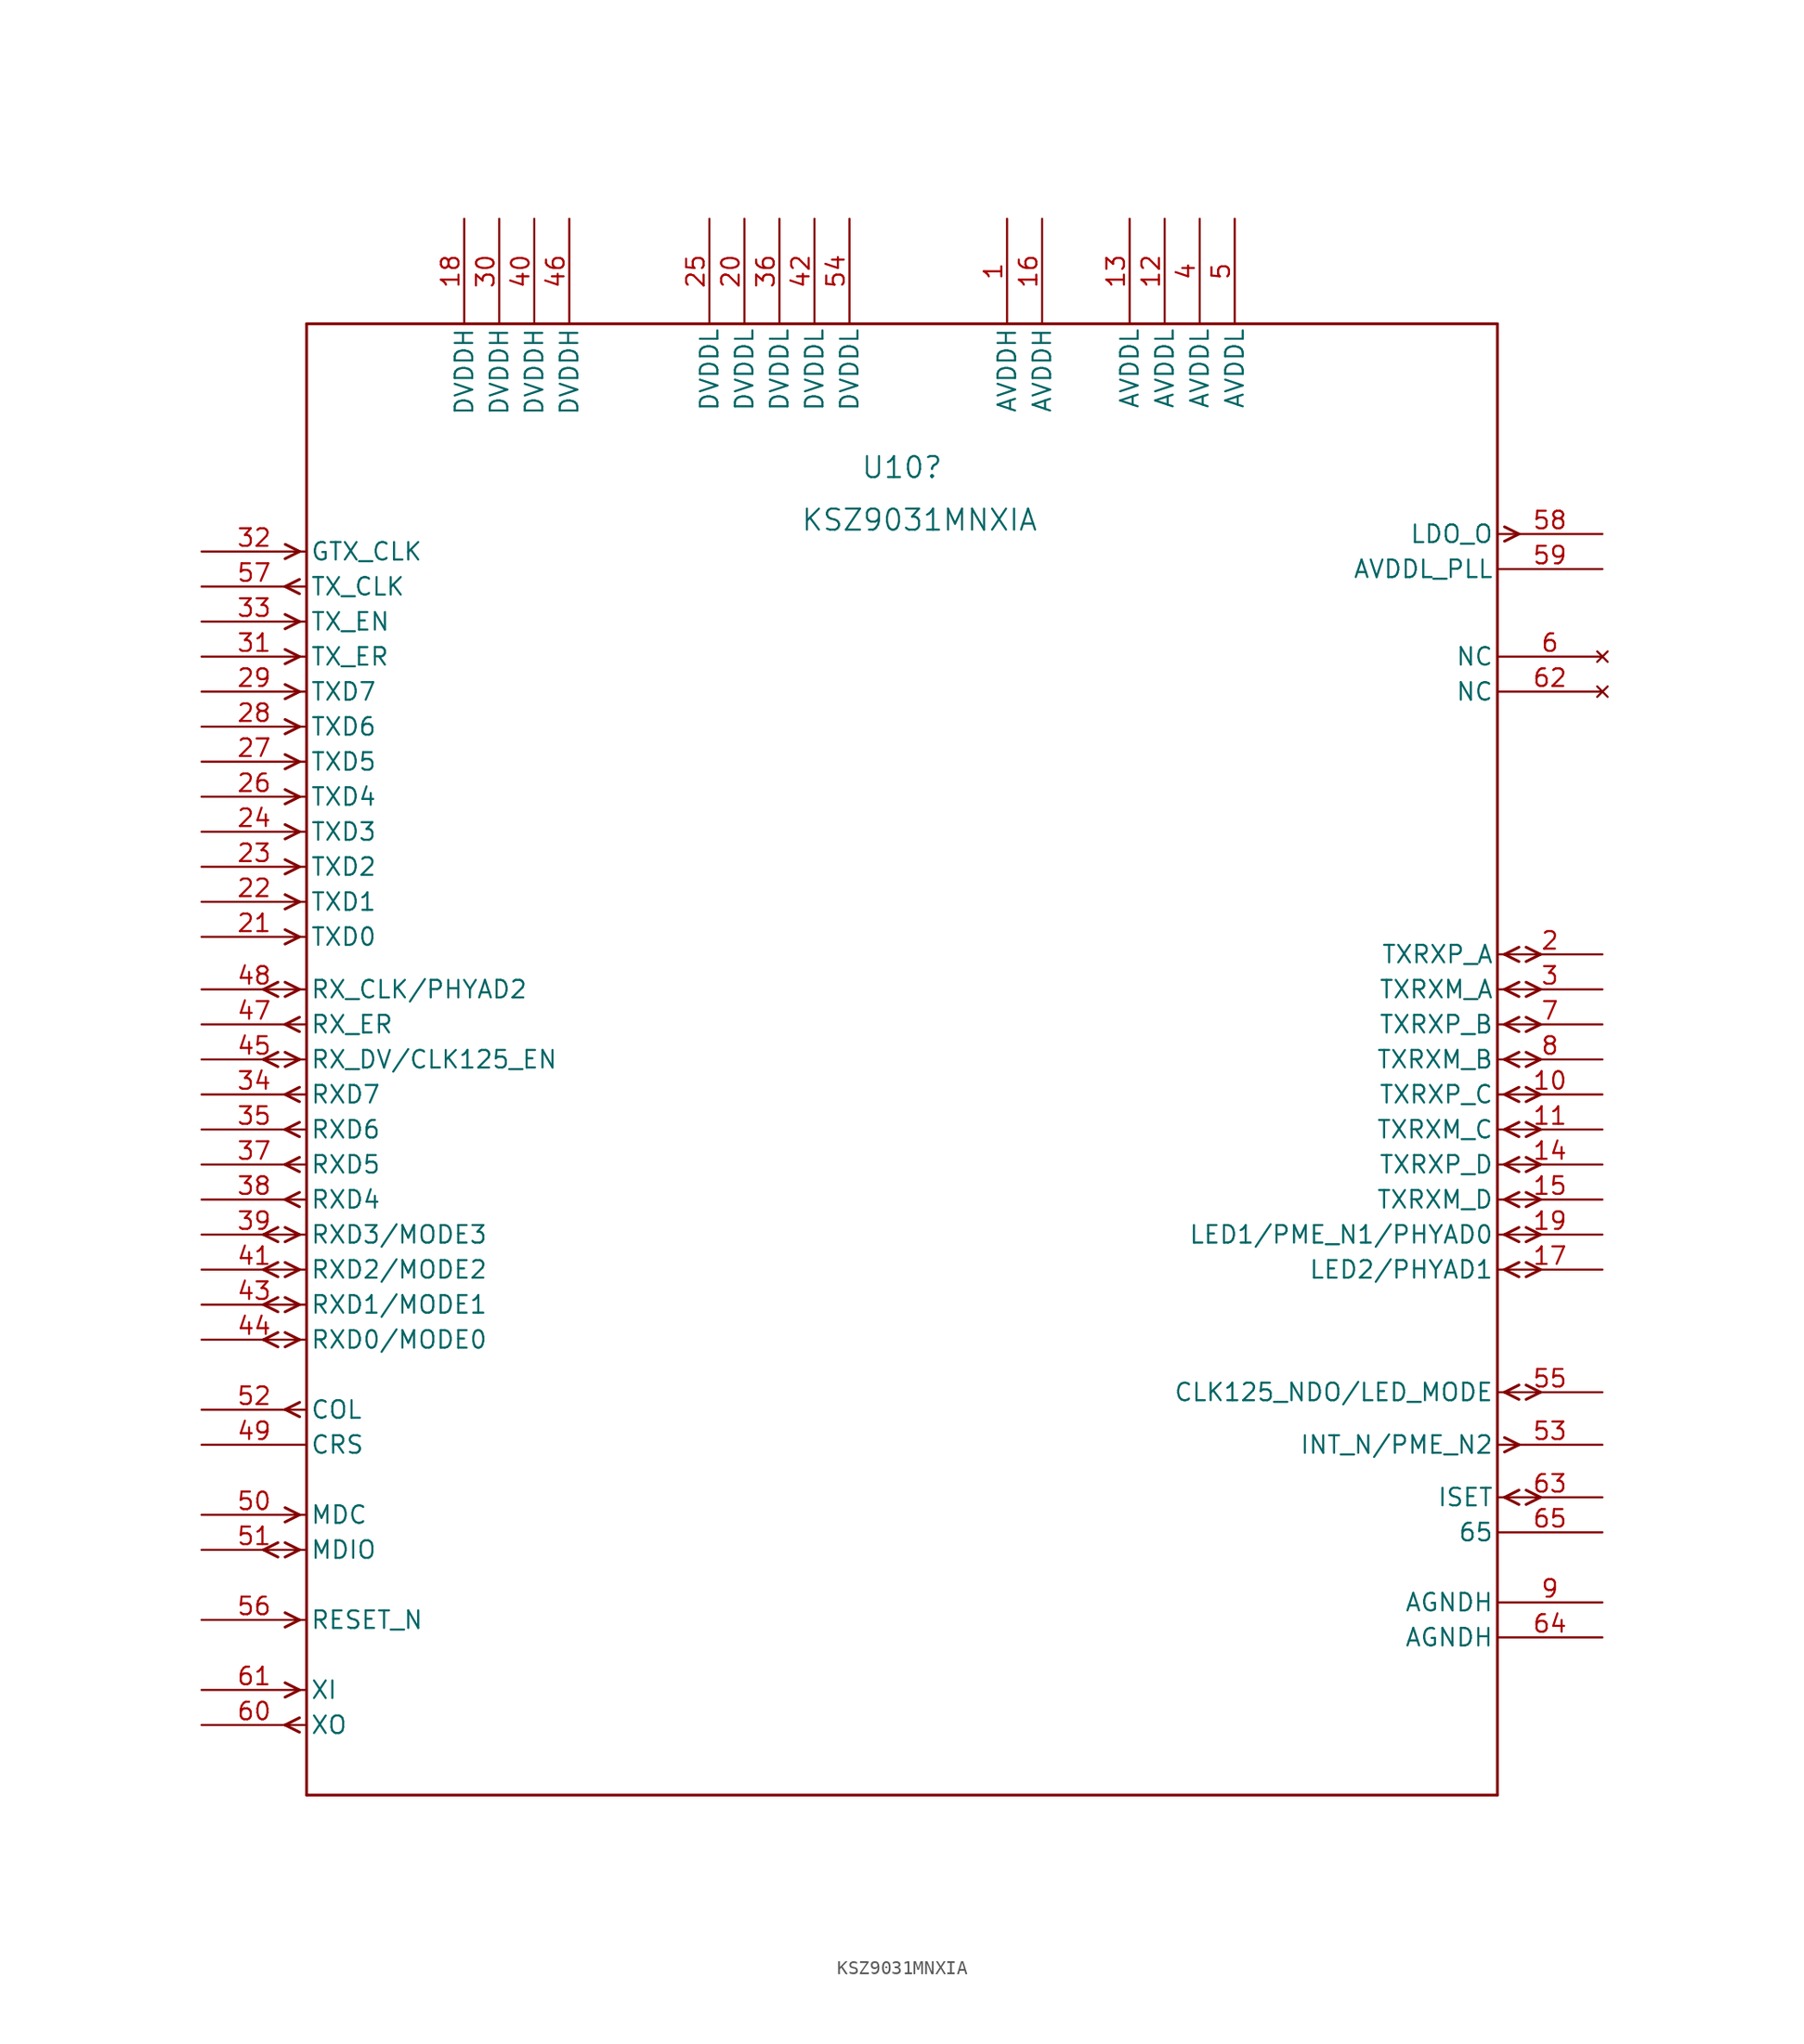
<source format=kicad_sym>
(kicad_symbol_lib
  (version 20231120)
  (generator "kicad_symbol_editor")
  (generator_version "8.0")
  (symbol "KSZ9031MNXIA"
    (pin_names
      (offset 0.254))
    (property "Reference" "U10"
      (at 50.8 -5.334 0)
      (effects (font (size 1.524 1.524))))
    (property "Value" "KSZ9031MNXIA"
      (at 52.07 -9.144 0)
      (effects (font (size 1.524 1.524))))
    (property "ki_locked" ""
      (at 0 0 0)
      (effects (font (size 1.27 1.27))))
    (symbol "KSZ9031MNXIA_0_1"
      (polyline (pts (xy 5.537 -84.341) (xy 4.496 -83.82)) (stroke (width 0.203) (type default)) (fill (type none)))
      (polyline (pts (xy 5.537 -83.299) (xy 4.496 -83.82)) (stroke (width 0.203) (type default)) (fill (type none)))
      (polyline (pts (xy 5.537 -69.101) (xy 4.496 -68.58)) (stroke (width 0.203) (type default)) (fill (type none)))
      (polyline (pts (xy 5.537 -68.059) (xy 4.496 -68.58)) (stroke (width 0.203) (type default)) (fill (type none)))
      (polyline (pts (xy 5.537 -66.561) (xy 4.496 -66.04)) (stroke (width 0.203) (type default)) (fill (type none)))
      (polyline (pts (xy 5.537 -65.519) (xy 4.496 -66.04)) (stroke (width 0.203) (type default)) (fill (type none)))
      (polyline (pts (xy 5.537 -64.021) (xy 4.496 -63.5)) (stroke (width 0.203) (type default)) (fill (type none)))
      (polyline (pts (xy 5.537 -62.979) (xy 4.496 -63.5)) (stroke (width 0.203) (type default)) (fill (type none)))
      (polyline (pts (xy 5.537 -61.481) (xy 4.496 -60.96)) (stroke (width 0.203) (type default)) (fill (type none)))
      (polyline (pts (xy 5.537 -60.439) (xy 4.496 -60.96)) (stroke (width 0.203) (type default)) (fill (type none)))
      (polyline (pts (xy 5.537 -48.781) (xy 4.496 -48.26)) (stroke (width 0.203) (type default)) (fill (type none)))
      (polyline (pts (xy 5.537 -47.739) (xy 4.496 -48.26)) (stroke (width 0.203) (type default)) (fill (type none)))
      (polyline (pts (xy 5.537 -43.701) (xy 4.496 -43.18)) (stroke (width 0.203) (type default)) (fill (type none)))
      (polyline (pts (xy 5.537 -42.659) (xy 4.496 -43.18)) (stroke (width 0.203) (type default)) (fill (type none)))
      (polyline (pts (xy 7.099 -97.041) (xy 6.058 -96.52)) (stroke (width 0.203) (type default)) (fill (type none)))
      (polyline (pts (xy 7.099 -95.999) (xy 6.058 -96.52)) (stroke (width 0.203) (type default)) (fill (type none)))
      (polyline (pts (xy 7.099 -93.98) (xy 6.058 -94.501)) (stroke (width 0.203) (type default)) (fill (type none)))
      (polyline (pts (xy 7.099 -93.98) (xy 6.058 -93.459)) (stroke (width 0.203) (type default)) (fill (type none)))
      (polyline (pts (xy 7.099 -88.9) (xy 6.058 -89.421)) (stroke (width 0.203) (type default)) (fill (type none)))
      (polyline (pts (xy 7.099 -88.9) (xy 6.058 -88.379)) (stroke (width 0.203) (type default)) (fill (type none)))
      (polyline (pts (xy 7.099 -83.82) (xy 6.058 -84.341)) (stroke (width 0.203) (type default)) (fill (type none)))
      (polyline (pts (xy 7.099 -83.82) (xy 6.058 -83.299)) (stroke (width 0.203) (type default)) (fill (type none)))
      (polyline (pts (xy 7.099 -81.28) (xy 6.058 -81.801)) (stroke (width 0.203) (type default)) (fill (type none)))
      (polyline (pts (xy 7.099 -81.28) (xy 6.058 -80.759)) (stroke (width 0.203) (type default)) (fill (type none)))
      (polyline (pts (xy 7.099 -68.58) (xy 6.058 -69.101)) (stroke (width 0.203) (type default)) (fill (type none)))
      (polyline (pts (xy 7.099 -68.58) (xy 6.058 -68.059)) (stroke (width 0.203) (type default)) (fill (type none)))
      (polyline (pts (xy 7.099 -66.04) (xy 6.058 -66.561)) (stroke (width 0.203) (type default)) (fill (type none)))
      (polyline (pts (xy 7.099 -66.04) (xy 6.058 -65.519)) (stroke (width 0.203) (type default)) (fill (type none)))
      (polyline (pts (xy 7.099 -63.5) (xy 6.058 -64.021)) (stroke (width 0.203) (type default)) (fill (type none)))
      (polyline (pts (xy 7.099 -63.5) (xy 6.058 -62.979)) (stroke (width 0.203) (type default)) (fill (type none)))
      (polyline (pts (xy 7.099 -60.96) (xy 6.058 -61.481)) (stroke (width 0.203) (type default)) (fill (type none)))
      (polyline (pts (xy 7.099 -60.96) (xy 6.058 -60.439)) (stroke (width 0.203) (type default)) (fill (type none)))
      (polyline (pts (xy 7.099 -58.941) (xy 6.058 -58.42)) (stroke (width 0.203) (type default)) (fill (type none)))
      (polyline (pts (xy 7.099 -57.899) (xy 6.058 -58.42)) (stroke (width 0.203) (type default)) (fill (type none)))
      (polyline (pts (xy 7.099 -56.401) (xy 6.058 -55.88)) (stroke (width 0.203) (type default)) (fill (type none)))
      (polyline (pts (xy 7.099 -55.359) (xy 6.058 -55.88)) (stroke (width 0.203) (type default)) (fill (type none)))
      (polyline (pts (xy 7.099 -53.861) (xy 6.058 -53.34)) (stroke (width 0.203) (type default)) (fill (type none)))
      (polyline (pts (xy 7.099 -52.819) (xy 6.058 -53.34)) (stroke (width 0.203) (type default)) (fill (type none)))
      (polyline (pts (xy 7.099 -51.321) (xy 6.058 -50.8)) (stroke (width 0.203) (type default)) (fill (type none)))
      (polyline (pts (xy 7.099 -50.279) (xy 6.058 -50.8)) (stroke (width 0.203) (type default)) (fill (type none)))
      (polyline (pts (xy 7.099 -48.26) (xy 6.058 -48.781)) (stroke (width 0.203) (type default)) (fill (type none)))
      (polyline (pts (xy 7.099 -48.26) (xy 6.058 -47.739)) (stroke (width 0.203) (type default)) (fill (type none)))
      (polyline (pts (xy 7.099 -46.241) (xy 6.058 -45.72)) (stroke (width 0.203) (type default)) (fill (type none)))
      (polyline (pts (xy 7.099 -45.199) (xy 6.058 -45.72)) (stroke (width 0.203) (type default)) (fill (type none)))
      (polyline (pts (xy 7.099 -43.18) (xy 6.058 -43.701)) (stroke (width 0.203) (type default)) (fill (type none)))
      (polyline (pts (xy 7.099 -43.18) (xy 6.058 -42.659)) (stroke (width 0.203) (type default)) (fill (type none)))
      (polyline (pts (xy 7.099 -39.37) (xy 6.058 -39.891)) (stroke (width 0.203) (type default)) (fill (type none)))
      (polyline (pts (xy 7.099 -39.37) (xy 6.058 -38.849)) (stroke (width 0.203) (type default)) (fill (type none)))
      (polyline (pts (xy 7.099 -36.83) (xy 6.058 -37.351)) (stroke (width 0.203) (type default)) (fill (type none)))
      (polyline (pts (xy 7.099 -36.83) (xy 6.058 -36.309)) (stroke (width 0.203) (type default)) (fill (type none)))
      (polyline (pts (xy 7.099 -34.29) (xy 6.058 -34.811)) (stroke (width 0.203) (type default)) (fill (type none)))
      (polyline (pts (xy 7.099 -34.29) (xy 6.058 -33.769)) (stroke (width 0.203) (type default)) (fill (type none)))
      (polyline (pts (xy 7.099 -31.75) (xy 6.058 -32.271)) (stroke (width 0.203) (type default)) (fill (type none)))
      (polyline (pts (xy 7.099 -31.75) (xy 6.058 -31.229)) (stroke (width 0.203) (type default)) (fill (type none)))
      (polyline (pts (xy 7.099 -29.21) (xy 6.058 -29.731)) (stroke (width 0.203) (type default)) (fill (type none)))
      (polyline (pts (xy 7.099 -29.21) (xy 6.058 -28.689)) (stroke (width 0.203) (type default)) (fill (type none)))
      (polyline (pts (xy 7.099 -26.67) (xy 6.058 -27.191)) (stroke (width 0.203) (type default)) (fill (type none)))
      (polyline (pts (xy 7.099 -26.67) (xy 6.058 -26.149)) (stroke (width 0.203) (type default)) (fill (type none)))
      (polyline (pts (xy 7.099 -24.13) (xy 6.058 -24.651)) (stroke (width 0.203) (type default)) (fill (type none)))
      (polyline (pts (xy 7.099 -24.13) (xy 6.058 -23.609)) (stroke (width 0.203) (type default)) (fill (type none)))
      (polyline (pts (xy 7.099 -21.59) (xy 6.058 -22.111)) (stroke (width 0.203) (type default)) (fill (type none)))
      (polyline (pts (xy 7.099 -21.59) (xy 6.058 -21.069)) (stroke (width 0.203) (type default)) (fill (type none)))
      (polyline (pts (xy 7.099 -19.05) (xy 6.058 -19.571)) (stroke (width 0.203) (type default)) (fill (type none)))
      (polyline (pts (xy 7.099 -19.05) (xy 6.058 -18.529)) (stroke (width 0.203) (type default)) (fill (type none)))
      (polyline (pts (xy 7.099 -16.51) (xy 6.058 -17.031)) (stroke (width 0.203) (type default)) (fill (type none)))
      (polyline (pts (xy 7.099 -16.51) (xy 6.058 -15.989)) (stroke (width 0.203) (type default)) (fill (type none)))
      (polyline (pts (xy 7.099 -14.491) (xy 6.058 -13.97)) (stroke (width 0.203) (type default)) (fill (type none)))
      (polyline (pts (xy 7.099 -13.449) (xy 6.058 -13.97)) (stroke (width 0.203) (type default)) (fill (type none)))
      (polyline (pts (xy 7.099 -11.43) (xy 6.058 -11.951)) (stroke (width 0.203) (type default)) (fill (type none)))
      (polyline (pts (xy 7.112 -74.168) (xy 6.071 -73.647)) (stroke (width 0.203) (type default)) (fill (type none)))
      (polyline (pts (xy 7.112 -73.127) (xy 6.071 -73.647)) (stroke (width 0.203) (type default)) (fill (type none)))
      (polyline (pts (xy 7.112 -11.43) (xy 6.071 -10.909)) (stroke (width 0.203) (type default)) (fill (type none)))
      (polyline (pts (xy 7.62 -101.6) (xy 93.98 -101.6)) (stroke (width 0.203) (type default)) (fill (type none)))
      (polyline (pts (xy 7.62 5.08) (xy 7.62 -101.6)) (stroke (width 0.203) (type default)) (fill (type none)))
      (polyline (pts (xy 93.98 -101.6) (xy 93.98 5.08)) (stroke (width 0.203) (type default)) (fill (type none)))
      (polyline (pts (xy 93.98 5.08) (xy 7.62 5.08)) (stroke (width 0.203) (type default)) (fill (type none)))
      (polyline (pts (xy 94.501 -80.01) (xy 95.542 -80.531)) (stroke (width 0.203) (type default)) (fill (type none)))
      (polyline (pts (xy 94.501 -80.01) (xy 95.542 -79.489)) (stroke (width 0.203) (type default)) (fill (type none)))
      (polyline (pts (xy 94.501 -76.721) (xy 95.542 -76.2)) (stroke (width 0.203) (type default)) (fill (type none)))
      (polyline (pts (xy 94.501 -75.679) (xy 95.542 -76.2)) (stroke (width 0.203) (type default)) (fill (type none)))
      (polyline (pts (xy 94.501 -72.39) (xy 95.542 -72.911)) (stroke (width 0.203) (type default)) (fill (type none)))
      (polyline (pts (xy 94.501 -72.39) (xy 95.542 -71.869)) (stroke (width 0.203) (type default)) (fill (type none)))
      (polyline (pts (xy 94.501 -63.5) (xy 95.542 -64.021)) (stroke (width 0.203) (type default)) (fill (type none)))
      (polyline (pts (xy 94.501 -63.5) (xy 95.542 -62.979)) (stroke (width 0.203) (type default)) (fill (type none)))
      (polyline (pts (xy 94.501 -60.96) (xy 95.542 -61.481)) (stroke (width 0.203) (type default)) (fill (type none)))
      (polyline (pts (xy 94.501 -60.96) (xy 95.542 -60.439)) (stroke (width 0.203) (type default)) (fill (type none)))
      (polyline (pts (xy 94.501 -58.42) (xy 95.542 -58.941)) (stroke (width 0.203) (type default)) (fill (type none)))
      (polyline (pts (xy 94.501 -58.42) (xy 95.542 -57.899)) (stroke (width 0.203) (type default)) (fill (type none)))
      (polyline (pts (xy 94.501 -55.88) (xy 95.542 -56.401)) (stroke (width 0.203) (type default)) (fill (type none)))
      (polyline (pts (xy 94.501 -55.88) (xy 95.542 -55.359)) (stroke (width 0.203) (type default)) (fill (type none)))
      (polyline (pts (xy 94.501 -53.34) (xy 95.542 -53.861)) (stroke (width 0.203) (type default)) (fill (type none)))
      (polyline (pts (xy 94.501 -53.34) (xy 95.542 -52.819)) (stroke (width 0.203) (type default)) (fill (type none)))
      (polyline (pts (xy 94.501 -50.8) (xy 95.542 -51.321)) (stroke (width 0.203) (type default)) (fill (type none)))
      (polyline (pts (xy 94.501 -50.8) (xy 95.542 -50.279)) (stroke (width 0.203) (type default)) (fill (type none)))
      (polyline (pts (xy 94.501 -48.26) (xy 95.542 -48.781)) (stroke (width 0.203) (type default)) (fill (type none)))
      (polyline (pts (xy 94.501 -48.26) (xy 95.542 -47.739)) (stroke (width 0.203) (type default)) (fill (type none)))
      (polyline (pts (xy 94.501 -45.72) (xy 95.542 -46.241)) (stroke (width 0.203) (type default)) (fill (type none)))
      (polyline (pts (xy 94.501 -45.72) (xy 95.542 -45.199)) (stroke (width 0.203) (type default)) (fill (type none)))
      (polyline (pts (xy 94.501 -43.18) (xy 95.542 -43.701)) (stroke (width 0.203) (type default)) (fill (type none)))
      (polyline (pts (xy 94.501 -43.18) (xy 95.542 -42.659)) (stroke (width 0.203) (type default)) (fill (type none)))
      (polyline (pts (xy 94.501 -40.64) (xy 95.542 -41.161)) (stroke (width 0.203) (type default)) (fill (type none)))
      (polyline (pts (xy 94.501 -40.64) (xy 95.542 -40.119)) (stroke (width 0.203) (type default)) (fill (type none)))
      (polyline (pts (xy 94.501 -10.681) (xy 95.542 -10.16)) (stroke (width 0.203) (type default)) (fill (type none)))
      (polyline (pts (xy 94.501 -9.639) (xy 95.542 -10.16)) (stroke (width 0.203) (type default)) (fill (type none)))
      (polyline (pts (xy 96.063 -80.531) (xy 97.104 -80.01)) (stroke (width 0.203) (type default)) (fill (type none)))
      (polyline (pts (xy 96.063 -79.489) (xy 97.104 -80.01)) (stroke (width 0.203) (type default)) (fill (type none)))
      (polyline (pts (xy 96.063 -72.911) (xy 97.104 -72.39)) (stroke (width 0.203) (type default)) (fill (type none)))
      (polyline (pts (xy 96.063 -71.869) (xy 97.104 -72.39)) (stroke (width 0.203) (type default)) (fill (type none)))
      (polyline (pts (xy 96.063 -64.021) (xy 97.104 -63.5)) (stroke (width 0.203) (type default)) (fill (type none)))
      (polyline (pts (xy 96.063 -62.979) (xy 97.104 -63.5)) (stroke (width 0.203) (type default)) (fill (type none)))
      (polyline (pts (xy 96.063 -61.481) (xy 97.104 -60.96)) (stroke (width 0.203) (type default)) (fill (type none)))
      (polyline (pts (xy 96.063 -60.439) (xy 97.104 -60.96)) (stroke (width 0.203) (type default)) (fill (type none)))
      (polyline (pts (xy 96.063 -58.941) (xy 97.104 -58.42)) (stroke (width 0.203) (type default)) (fill (type none)))
      (polyline (pts (xy 96.063 -57.899) (xy 97.104 -58.42)) (stroke (width 0.203) (type default)) (fill (type none)))
      (polyline (pts (xy 96.063 -56.401) (xy 97.104 -55.88)) (stroke (width 0.203) (type default)) (fill (type none)))
      (polyline (pts (xy 96.063 -55.359) (xy 97.104 -55.88)) (stroke (width 0.203) (type default)) (fill (type none)))
      (polyline (pts (xy 96.063 -53.861) (xy 97.104 -53.34)) (stroke (width 0.203) (type default)) (fill (type none)))
      (polyline (pts (xy 96.063 -52.819) (xy 97.104 -53.34)) (stroke (width 0.203) (type default)) (fill (type none)))
      (polyline (pts (xy 96.063 -51.321) (xy 97.104 -50.8)) (stroke (width 0.203) (type default)) (fill (type none)))
      (polyline (pts (xy 96.063 -50.279) (xy 97.104 -50.8)) (stroke (width 0.203) (type default)) (fill (type none)))
      (polyline (pts (xy 96.063 -48.781) (xy 97.104 -48.26)) (stroke (width 0.203) (type default)) (fill (type none)))
      (polyline (pts (xy 96.063 -47.739) (xy 97.104 -48.26)) (stroke (width 0.203) (type default)) (fill (type none)))
      (polyline (pts (xy 96.063 -46.241) (xy 97.104 -45.72)) (stroke (width 0.203) (type default)) (fill (type none)))
      (polyline (pts (xy 96.063 -45.199) (xy 97.104 -45.72)) (stroke (width 0.203) (type default)) (fill (type none)))
      (polyline (pts (xy 96.063 -43.701) (xy 97.104 -43.18)) (stroke (width 0.203) (type default)) (fill (type none)))
      (polyline (pts (xy 96.063 -42.659) (xy 97.104 -43.18)) (stroke (width 0.203) (type default)) (fill (type none)))
      (polyline (pts (xy 96.063 -41.161) (xy 97.104 -40.64)) (stroke (width 0.203) (type default)) (fill (type none)))
      (polyline (pts (xy 96.063 -40.119) (xy 97.104 -40.64)) (stroke (width 0.203) (type default)) (fill (type none)))
      (pin power_in line (at 58.42 12.7 270) (length 7.62) (name "AVDDH" (effects (font (size 1.27 1.27)))) (number "1" (effects (font (size 1.27 1.27)))))
      (pin bidirectional line (at 101.6 -50.8 180) (length 7.62) (name "TXRXP_C" (effects (font (size 1.27 1.27)))) (number "10" (effects (font (size 1.27 1.27)))))
      (pin bidirectional line (at 101.6 -53.34 180) (length 7.62) (name "TXRXM_C" (effects (font (size 1.27 1.27)))) (number "11" (effects (font (size 1.27 1.27)))))
      (pin power_in line (at 69.85 12.7 270) (length 7.62) (name "AVDDL" (effects (font (size 1.27 1.27)))) (number "12" (effects (font (size 1.27 1.27)))))
      (pin power_in line (at 67.31 12.7 270) (length 7.62) (name "AVDDL" (effects (font (size 1.27 1.27)))) (number "13" (effects (font (size 1.27 1.27)))))
      (pin bidirectional line (at 101.6 -55.88 180) (length 7.62) (name "TXRXP_D" (effects (font (size 1.27 1.27)))) (number "14" (effects (font (size 1.27 1.27)))))
      (pin bidirectional line (at 101.6 -58.42 180) (length 7.62) (name "TXRXM_D" (effects (font (size 1.27 1.27)))) (number "15" (effects (font (size 1.27 1.27)))))
      (pin power_in line (at 60.96 12.7 270) (length 7.62) (name "AVDDH" (effects (font (size 1.27 1.27)))) (number "16" (effects (font (size 1.27 1.27)))))
      (pin bidirectional line (at 101.6 -63.5 180) (length 7.62) (name "LED2/PHYAD1" (effects (font (size 1.27 1.27)))) (number "17" (effects (font (size 1.27 1.27)))))
      (pin power_in line (at 19.05 12.7 270) (length 7.62) (name "DVDDH" (effects (font (size 1.27 1.27)))) (number "18" (effects (font (size 1.27 1.27)))))
      (pin bidirectional line (at 101.6 -60.96 180) (length 7.62) (name "LED1/PME_N1/PHYAD0" (effects (font (size 1.27 1.27)))) (number "19" (effects (font (size 1.27 1.27)))))
      (pin bidirectional line (at 101.6 -40.64 180) (length 7.62) (name "TXRXP_A" (effects (font (size 1.27 1.27)))) (number "2" (effects (font (size 1.27 1.27)))))
      (pin power_in line (at 39.37 12.7 270) (length 7.62) (name "DVDDL" (effects (font (size 1.27 1.27)))) (number "20" (effects (font (size 1.27 1.27)))))
      (pin input line (at 0 -39.37 0) (length 7.62) (name "TXD0" (effects (font (size 1.27 1.27)))) (number "21" (effects (font (size 1.27 1.27)))))
      (pin input line (at 0 -36.83 0) (length 7.62) (name "TXD1" (effects (font (size 1.27 1.27)))) (number "22" (effects (font (size 1.27 1.27)))))
      (pin input line (at 0 -34.29 0) (length 7.62) (name "TXD2" (effects (font (size 1.27 1.27)))) (number "23" (effects (font (size 1.27 1.27)))))
      (pin input line (at 0 -31.75 0) (length 7.62) (name "TXD3" (effects (font (size 1.27 1.27)))) (number "24" (effects (font (size 1.27 1.27)))))
      (pin power_in line (at 36.83 12.7 270) (length 7.62) (name "DVDDL" (effects (font (size 1.27 1.27)))) (number "25" (effects (font (size 1.27 1.27)))))
      (pin input line (at 0 -29.21 0) (length 7.62) (name "TXD4" (effects (font (size 1.27 1.27)))) (number "26" (effects (font (size 1.27 1.27)))))
      (pin input line (at 0 -26.67 0) (length 7.62) (name "TXD5" (effects (font (size 1.27 1.27)))) (number "27" (effects (font (size 1.27 1.27)))))
      (pin input line (at 0 -24.13 0) (length 7.62) (name "TXD6" (effects (font (size 1.27 1.27)))) (number "28" (effects (font (size 1.27 1.27)))))
      (pin input line (at 0 -21.59 0) (length 7.62) (name "TXD7" (effects (font (size 1.27 1.27)))) (number "29" (effects (font (size 1.27 1.27)))))
      (pin bidirectional line (at 101.6 -43.18 180) (length 7.62) (name "TXRXM_A" (effects (font (size 1.27 1.27)))) (number "3" (effects (font (size 1.27 1.27)))))
      (pin power_in line (at 21.59 12.7 270) (length 7.62) (name "DVDDH" (effects (font (size 1.27 1.27)))) (number "30" (effects (font (size 1.27 1.27)))))
      (pin input line (at 0 -19.05 0) (length 7.62) (name "TX_ER" (effects (font (size 1.27 1.27)))) (number "31" (effects (font (size 1.27 1.27)))))
      (pin input line (at 0 -11.43 0) (length 7.62) (name "GTX_CLK" (effects (font (size 1.27 1.27)))) (number "32" (effects (font (size 1.27 1.27)))))
      (pin input line (at 0 -16.51 0) (length 7.62) (name "TX_EN" (effects (font (size 1.27 1.27)))) (number "33" (effects (font (size 1.27 1.27)))))
      (pin output line (at 0 -50.8 0) (length 7.62) (name "RXD7" (effects (font (size 1.27 1.27)))) (number "34" (effects (font (size 1.27 1.27)))))
      (pin output line (at 0 -53.34 0) (length 7.62) (name "RXD6" (effects (font (size 1.27 1.27)))) (number "35" (effects (font (size 1.27 1.27)))))
      (pin power_in line (at 41.91 12.7 270) (length 7.62) (name "DVDDL" (effects (font (size 1.27 1.27)))) (number "36" (effects (font (size 1.27 1.27)))))
      (pin output line (at 0 -55.88 0) (length 7.62) (name "RXD5" (effects (font (size 1.27 1.27)))) (number "37" (effects (font (size 1.27 1.27)))))
      (pin output line (at 0 -58.42 0) (length 7.62) (name "RXD4" (effects (font (size 1.27 1.27)))) (number "38" (effects (font (size 1.27 1.27)))))
      (pin bidirectional line (at 0 -60.96 0) (length 7.62) (name "RXD3/MODE3" (effects (font (size 1.27 1.27)))) (number "39" (effects (font (size 1.27 1.27)))))
      (pin power_in line (at 72.39 12.7 270) (length 7.62) (name "AVDDL" (effects (font (size 1.27 1.27)))) (number "4" (effects (font (size 1.27 1.27)))))
      (pin power_in line (at 24.13 12.7 270) (length 7.62) (name "DVDDH" (effects (font (size 1.27 1.27)))) (number "40" (effects (font (size 1.27 1.27)))))
      (pin bidirectional line (at 0 -63.5 0) (length 7.62) (name "RXD2/MODE2" (effects (font (size 1.27 1.27)))) (number "41" (effects (font (size 1.27 1.27)))))
      (pin power_in line (at 44.45 12.7 270) (length 7.62) (name "DVDDL" (effects (font (size 1.27 1.27)))) (number "42" (effects (font (size 1.27 1.27)))))
      (pin bidirectional line (at 0 -66.04 0) (length 7.62) (name "RXD1/MODE1" (effects (font (size 1.27 1.27)))) (number "43" (effects (font (size 1.27 1.27)))))
      (pin bidirectional line (at 0 -68.58 0) (length 7.62) (name "RXD0/MODE0" (effects (font (size 1.27 1.27)))) (number "44" (effects (font (size 1.27 1.27)))))
      (pin bidirectional line (at 0 -48.26 0) (length 7.62) (name "RX_DV/CLK125_EN" (effects (font (size 1.27 1.27)))) (number "45" (effects (font (size 1.27 1.27)))))
      (pin power_in line (at 26.67 12.7 270) (length 7.62) (name "DVDDH" (effects (font (size 1.27 1.27)))) (number "46" (effects (font (size 1.27 1.27)))))
      (pin output line (at 0 -45.72 0) (length 7.62) (name "RX_ER" (effects (font (size 1.27 1.27)))) (number "47" (effects (font (size 1.27 1.27)))))
      (pin bidirectional line (at 0 -43.18 0) (length 7.62) (name "RX_CLK/PHYAD2" (effects (font (size 1.27 1.27)))) (number "48" (effects (font (size 1.27 1.27)))))
      (pin output line (at 0 -76.2 0) (length 7.62) (name "CRS" (effects (font (size 1.27 1.27)))) (number "49" (effects (font (size 1.27 1.27)))))
      (pin power_in line (at 74.93 12.7 270) (length 7.62) (name "AVDDL" (effects (font (size 1.27 1.27)))) (number "5" (effects (font (size 1.27 1.27)))))
      (pin input line (at 0 -81.28 0) (length 7.62) (name "MDC" (effects (font (size 1.27 1.27)))) (number "50" (effects (font (size 1.27 1.27)))))
      (pin bidirectional line (at 0 -83.82 0) (length 7.62) (name "MDIO" (effects (font (size 1.27 1.27)))) (number "51" (effects (font (size 1.27 1.27)))))
      (pin output line (at 0 -73.66 0) (length 7.62) (name "COL" (effects (font (size 1.27 1.27)))) (number "52" (effects (font (size 1.27 1.27)))))
      (pin output line (at 101.6 -76.2 180) (length 7.62) (name "INT_N/PME_N2" (effects (font (size 1.27 1.27)))) (number "53" (effects (font (size 1.27 1.27)))))
      (pin power_in line (at 46.99 12.7 270) (length 7.62) (name "DVDDL" (effects (font (size 1.27 1.27)))) (number "54" (effects (font (size 1.27 1.27)))))
      (pin bidirectional line (at 101.6 -72.39 180) (length 7.62) (name "CLK125_NDO/LED_MODE" (effects (font (size 1.27 1.27)))) (number "55" (effects (font (size 1.27 1.27)))))
      (pin input line (at 0 -88.9 0) (length 7.62) (name "RESET_N" (effects (font (size 1.27 1.27)))) (number "56" (effects (font (size 1.27 1.27)))))
      (pin output line (at 0 -13.97 0) (length 7.62) (name "TX_CLK" (effects (font (size 1.27 1.27)))) (number "57" (effects (font (size 1.27 1.27)))))
      (pin output line (at 101.6 -10.16 180) (length 7.62) (name "LDO_O" (effects (font (size 1.27 1.27)))) (number "58" (effects (font (size 1.27 1.27)))))
      (pin power_in line (at 101.6 -12.7 180) (length 7.62) (name "AVDDL_PLL" (effects (font (size 1.27 1.27)))) (number "59" (effects (font (size 1.27 1.27)))))
      (pin no_connect line (at 101.6 -19.05 180) (length 7.62) (name "NC" (effects (font (size 1.27 1.27)))) (number "6" (effects (font (size 1.27 1.27)))))
      (pin output line (at 0 -96.52 0) (length 7.62) (name "XO" (effects (font (size 1.27 1.27)))) (number "60" (effects (font (size 1.27 1.27)))))
      (pin input line (at 0 -93.98 0) (length 7.62) (name "XI" (effects (font (size 1.27 1.27)))) (number "61" (effects (font (size 1.27 1.27)))))
      (pin no_connect line (at 101.6 -21.59 180) (length 7.62) (name "NC" (effects (font (size 1.27 1.27)))) (number "62" (effects (font (size 1.27 1.27)))))
      (pin bidirectional line (at 101.6 -80.01 180) (length 7.62) (name "ISET" (effects (font (size 1.27 1.27)))) (number "63" (effects (font (size 1.27 1.27)))))
      (pin power_in line (at 101.6 -90.17 180) (length 7.62) (name "AGNDH" (effects (font (size 1.27 1.27)))) (number "64" (effects (font (size 1.27 1.27)))))
      (pin unspecified line (at 101.6 -82.55 180) (length 7.62) (name "65" (effects (font (size 1.27 1.27)))) (number "65" (effects (font (size 1.27 1.27)))))
      (pin bidirectional line (at 101.6 -45.72 180) (length 7.62) (name "TXRXP_B" (effects (font (size 1.27 1.27)))) (number "7" (effects (font (size 1.27 1.27)))))
      (pin bidirectional line (at 101.6 -48.26 180) (length 7.62) (name "TXRXM_B" (effects (font (size 1.27 1.27)))) (number "8" (effects (font (size 1.27 1.27)))))
      (pin power_in line (at 101.6 -87.63 180) (length 7.62) (name "AGNDH" (effects (font (size 1.27 1.27)))) (number "9" (effects (font (size 1.27 1.27))))))))
</source>
